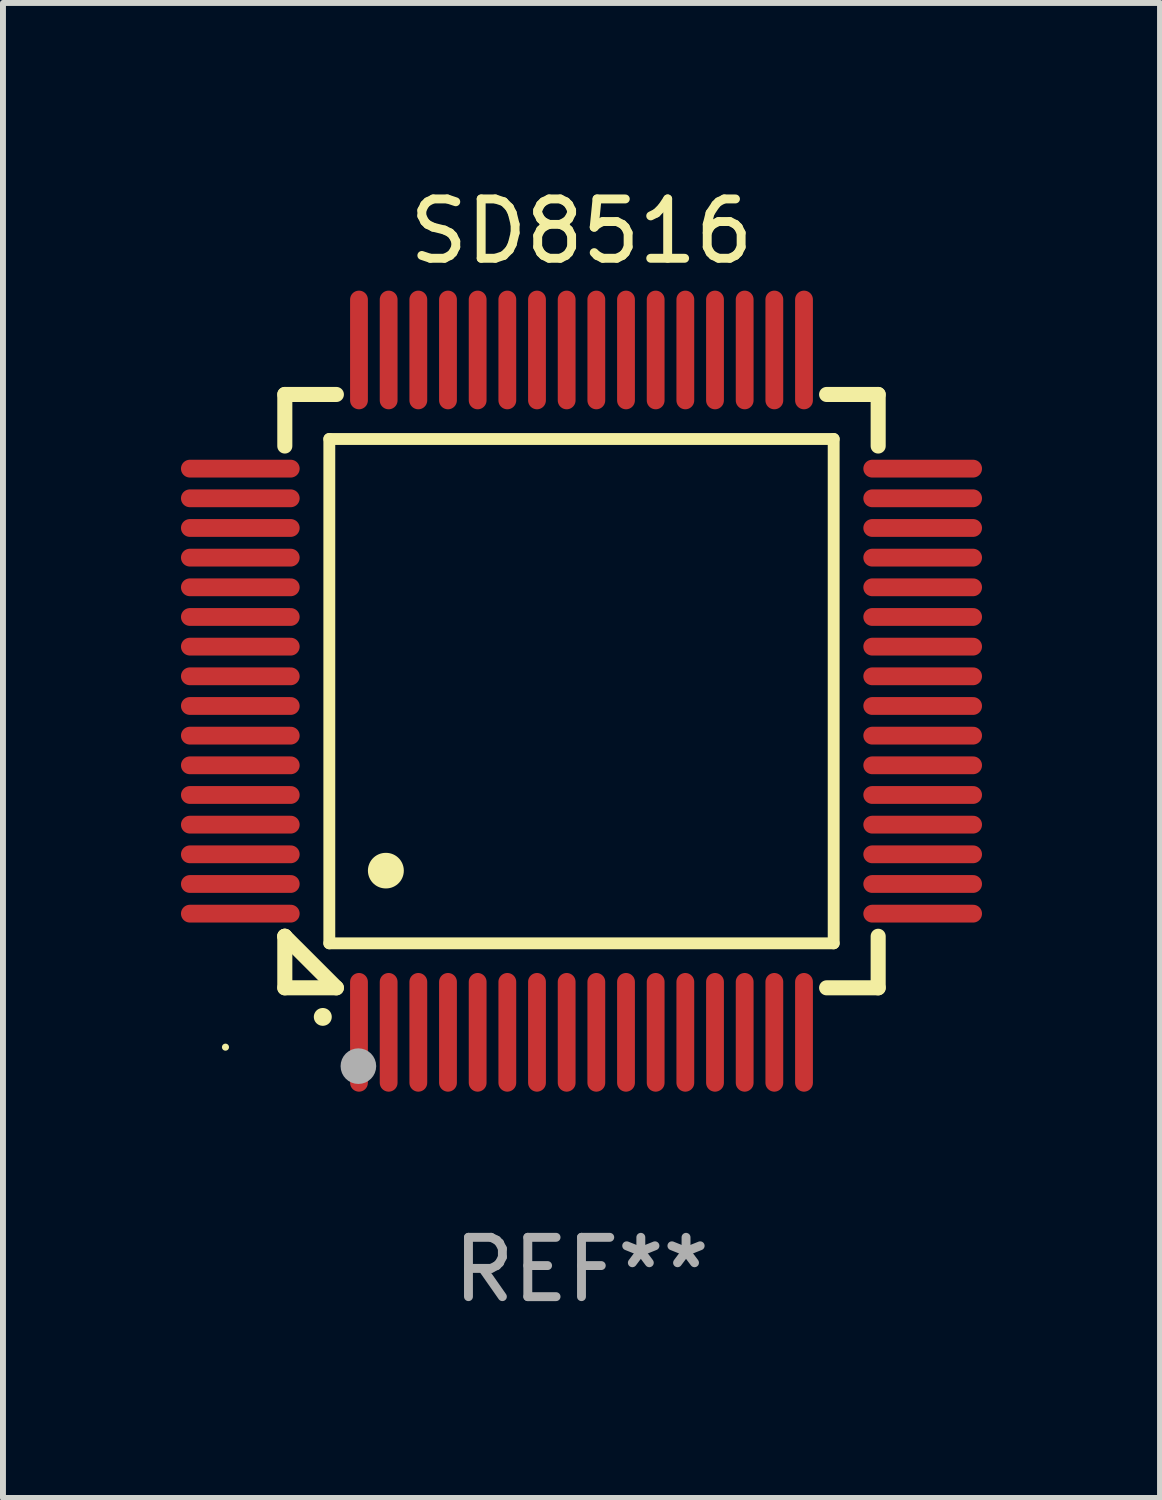
<source format=kicad_pcb>
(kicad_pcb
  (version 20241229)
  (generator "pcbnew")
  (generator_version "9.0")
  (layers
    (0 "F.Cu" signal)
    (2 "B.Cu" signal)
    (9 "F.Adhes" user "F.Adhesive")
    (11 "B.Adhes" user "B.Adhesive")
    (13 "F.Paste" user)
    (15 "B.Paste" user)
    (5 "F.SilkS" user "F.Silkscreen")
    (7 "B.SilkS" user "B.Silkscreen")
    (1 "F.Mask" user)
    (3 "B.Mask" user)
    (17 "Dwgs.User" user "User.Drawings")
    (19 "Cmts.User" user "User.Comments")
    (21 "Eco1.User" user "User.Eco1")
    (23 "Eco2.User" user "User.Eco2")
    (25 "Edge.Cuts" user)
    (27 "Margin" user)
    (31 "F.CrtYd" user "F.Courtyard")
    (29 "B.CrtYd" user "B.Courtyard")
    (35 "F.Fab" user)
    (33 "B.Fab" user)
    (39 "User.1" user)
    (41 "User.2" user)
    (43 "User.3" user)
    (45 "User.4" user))
  (footprint "SD8516"
    (layer "F.Cu")
    (at 6.75 8.598)
    (property "Reference" "SD8516" (at 0 -7.75 0) (layer "F.SilkS") (effects (font (size 1 1) (thickness 0.15))))
    (attr through_hole)
    (fp_line (start -5 -5) (end -4.131 -5) (stroke (width 0.254) (type solid)) (layer "F.SilkS"))
    (fp_line (start -5 -4.131) (end -5 -5) (stroke (width 0.254) (type solid)) (layer "F.SilkS"))
    (fp_line (start -5 4.131) (end -5 4.131) (stroke (width 0.254) (type solid)) (layer "F.SilkS"))
    (fp_line (start -5 5) (end -5 4.131) (stroke (width 0.254) (type solid)) (layer "F.SilkS"))
    (fp_line (start -5 4.131) (end -4.131 5) (stroke (width 0.254) (type solid)) (layer "F.SilkS"))
    (fp_line (start -4.25 -4.25) (end -4.25 4.25) (stroke (width 0.2) (type solid)) (layer "F.SilkS"))
    (fp_line (start -4.25 4.25) (end 4.25 4.25) (stroke (width 0.2) (type solid)) (layer "F.SilkS"))
    (fp_line (start -4.131 5) (end -5 5) (stroke (width 0.254) (type solid)) (layer "F.SilkS"))
    (fp_line (start 4.25 -4.25) (end -4.25 -4.25) (stroke (width 0.2) (type solid)) (layer "F.SilkS"))
    (fp_line (start 4.25 4.25) (end 4.25 -4.25) (stroke (width 0.2) (type solid)) (layer "F.SilkS"))
    (fp_line (start 5 -5) (end 4.131 -5) (stroke (width 0.254) (type solid)) (layer "F.SilkS"))
    (fp_line (start 5 -5) (end 5 -4.131) (stroke (width 0.254) (type solid)) (layer "F.SilkS"))
    (fp_line (start 5 4.131) (end 5 5) (stroke (width 0.254) (type solid)) (layer "F.SilkS"))
    (fp_line (start 5 5) (end 4.131 5) (stroke (width 0.254) (type solid)) (layer "F.SilkS"))
    (fp_arc (start -4.361265 5.489992) (mid -4.359995 5.489987) (end -4.358725 5.489992) (stroke (width 0.3) (type solid)) (layer "F.SilkS"))
    (fp_arc (start -3.299467 3.025146) (mid -3.296927 3.025135) (end -3.294387 3.025146) (stroke (width 0.6) (type solid)) (layer "F.SilkS"))
    (fp_circle (center -6 6) (end -5.97 6) (stroke (width 0.06) (type solid)) (fill no) (layer "F.SilkS"))
    (fp_circle (center -3.76 6.32) (end -3.61 6.32) (stroke (width 0.3) (type solid)) (fill no) (layer "F.Fab"))
    (fp_text user "REF**" (at 0 9.75 0) (layer "F.Fab") (effects (font (size 1 1) (thickness 0.15))))
    (pad "1" smd oval (at -3.75 5.75) (size 0.3 2) (layers "F.Cu" "F.Mask" "F.Paste"))
    (pad "2" smd oval (at -3.25 5.75) (size 0.3 2) (layers "F.Cu" "F.Mask" "F.Paste"))
    (pad "3" smd oval (at -2.75 5.75) (size 0.3 2) (layers "F.Cu" "F.Mask" "F.Paste"))
    (pad "4" smd oval (at -2.25 5.75) (size 0.3 2) (layers "F.Cu" "F.Mask" "F.Paste"))
    (pad "5" smd oval (at -1.75 5.75) (size 0.3 2) (layers "F.Cu" "F.Mask" "F.Paste"))
    (pad "6" smd oval (at -1.25 5.75) (size 0.3 2) (layers "F.Cu" "F.Mask" "F.Paste"))
    (pad "7" smd oval (at -0.75 5.75) (size 0.3 2) (layers "F.Cu" "F.Mask" "F.Paste"))
    (pad "8" smd oval (at -0.25 5.75) (size 0.3 2) (layers "F.Cu" "F.Mask" "F.Paste"))
    (pad "9" smd oval (at 0.25 5.75) (size 0.3 2) (layers "F.Cu" "F.Mask" "F.Paste"))
    (pad "10" smd oval (at 0.75 5.75) (size 0.3 2) (layers "F.Cu" "F.Mask" "F.Paste"))
    (pad "11" smd oval (at 1.25 5.75) (size 0.3 2) (layers "F.Cu" "F.Mask" "F.Paste"))
    (pad "12" smd oval (at 1.75 5.75) (size 0.3 2) (layers "F.Cu" "F.Mask" "F.Paste"))
    (pad "13" smd oval (at 2.25 5.75) (size 0.3 2) (layers "F.Cu" "F.Mask" "F.Paste"))
    (pad "14" smd oval (at 2.75 5.75) (size 0.3 2) (layers "F.Cu" "F.Mask" "F.Paste"))
    (pad "15" smd oval (at 3.25 5.75) (size 0.3 2) (layers "F.Cu" "F.Mask" "F.Paste"))
    (pad "16" smd oval (at 3.75 5.75) (size 0.3 2) (layers "F.Cu" "F.Mask" "F.Paste"))
    (pad "17" smd oval (at 5.75 3.75) (size 2 0.3) (layers "F.Cu" "F.Mask" "F.Paste"))
    (pad "18" smd oval (at 5.75 3.25) (size 2 0.3) (layers "F.Cu" "F.Mask" "F.Paste"))
    (pad "19" smd oval (at 5.75 2.75) (size 2 0.3) (layers "F.Cu" "F.Mask" "F.Paste"))
    (pad "20" smd oval (at 5.75 2.25) (size 2 0.3) (layers "F.Cu" "F.Mask" "F.Paste"))
    (pad "21" smd oval (at 5.75 1.75) (size 2 0.3) (layers "F.Cu" "F.Mask" "F.Paste"))
    (pad "22" smd oval (at 5.75 1.25) (size 2 0.3) (layers "F.Cu" "F.Mask" "F.Paste"))
    (pad "23" smd oval (at 5.75 0.75) (size 2 0.3) (layers "F.Cu" "F.Mask" "F.Paste"))
    (pad "24" smd oval (at 5.75 0.25) (size 2 0.3) (layers "F.Cu" "F.Mask" "F.Paste"))
    (pad "25" smd oval (at 5.75 -0.25) (size 2 0.3) (layers "F.Cu" "F.Mask" "F.Paste"))
    (pad "26" smd oval (at 5.75 -0.75) (size 2 0.3) (layers "F.Cu" "F.Mask" "F.Paste"))
    (pad "27" smd oval (at 5.75 -1.25) (size 2 0.3) (layers "F.Cu" "F.Mask" "F.Paste"))
    (pad "28" smd oval (at 5.75 -1.75) (size 2 0.3) (layers "F.Cu" "F.Mask" "F.Paste"))
    (pad "29" smd oval (at 5.75 -2.25) (size 2 0.3) (layers "F.Cu" "F.Mask" "F.Paste"))
    (pad "30" smd oval (at 5.75 -2.75) (size 2 0.3) (layers "F.Cu" "F.Mask" "F.Paste"))
    (pad "31" smd oval (at 5.75 -3.25) (size 2 0.3) (layers "F.Cu" "F.Mask" "F.Paste"))
    (pad "32" smd oval (at 5.75 -3.75) (size 2 0.3) (layers "F.Cu" "F.Mask" "F.Paste"))
    (pad "33" smd oval (at 3.75 -5.75) (size 0.3 2) (layers "F.Cu" "F.Mask" "F.Paste"))
    (pad "34" smd oval (at 3.25 -5.75) (size 0.3 2) (layers "F.Cu" "F.Mask" "F.Paste"))
    (pad "35" smd oval (at 2.75 -5.75) (size 0.3 2) (layers "F.Cu" "F.Mask" "F.Paste"))
    (pad "36" smd oval (at 2.25 -5.75) (size 0.3 2) (layers "F.Cu" "F.Mask" "F.Paste"))
    (pad "37" smd oval (at 1.75 -5.75) (size 0.3 2) (layers "F.Cu" "F.Mask" "F.Paste"))
    (pad "38" smd oval (at 1.25 -5.75) (size 0.3 2) (layers "F.Cu" "F.Mask" "F.Paste"))
    (pad "39" smd oval (at 0.75 -5.75) (size 0.3 2) (layers "F.Cu" "F.Mask" "F.Paste"))
    (pad "40" smd oval (at 0.25 -5.75) (size 0.3 2) (layers "F.Cu" "F.Mask" "F.Paste"))
    (pad "41" smd oval (at -0.25 -5.75) (size 0.3 2) (layers "F.Cu" "F.Mask" "F.Paste"))
    (pad "42" smd oval (at -0.75 -5.75) (size 0.3 2) (layers "F.Cu" "F.Mask" "F.Paste"))
    (pad "43" smd oval (at -1.25 -5.75) (size 0.3 2) (layers "F.Cu" "F.Mask" "F.Paste"))
    (pad "44" smd oval (at -1.75 -5.75) (size 0.3 2) (layers "F.Cu" "F.Mask" "F.Paste"))
    (pad "45" smd oval (at -2.25 -5.75) (size 0.3 2) (layers "F.Cu" "F.Mask" "F.Paste"))
    (pad "46" smd oval (at -2.75 -5.75) (size 0.3 2) (layers "F.Cu" "F.Mask" "F.Paste"))
    (pad "47" smd oval (at -3.25 -5.75) (size 0.3 2) (layers "F.Cu" "F.Mask" "F.Paste"))
    (pad "48" smd oval (at -3.75 -5.75) (size 0.3 2) (layers "F.Cu" "F.Mask" "F.Paste"))
    (pad "49" smd oval (at -5.75 -3.75) (size 2 0.3) (layers "F.Cu" "F.Mask" "F.Paste"))
    (pad "50" smd oval (at -5.75 -3.25) (size 2 0.3) (layers "F.Cu" "F.Mask" "F.Paste"))
    (pad "51" smd oval (at -5.75 -2.75) (size 2 0.3) (layers "F.Cu" "F.Mask" "F.Paste"))
    (pad "52" smd oval (at -5.75 -2.25) (size 2 0.3) (layers "F.Cu" "F.Mask" "F.Paste"))
    (pad "53" smd oval (at -5.75 -1.75) (size 2 0.3) (layers "F.Cu" "F.Mask" "F.Paste"))
    (pad "54" smd oval (at -5.75 -1.25) (size 2 0.3) (layers "F.Cu" "F.Mask" "F.Paste"))
    (pad "55" smd oval (at -5.75 -0.75) (size 2 0.3) (layers "F.Cu" "F.Mask" "F.Paste"))
    (pad "56" smd oval (at -5.75 -0.25) (size 2 0.3) (layers "F.Cu" "F.Mask" "F.Paste"))
    (pad "57" smd oval (at -5.75 0.25) (size 2 0.3) (layers "F.Cu" "F.Mask" "F.Paste"))
    (pad "58" smd oval (at -5.75 0.75) (size 2 0.3) (layers "F.Cu" "F.Mask" "F.Paste"))
    (pad "59" smd oval (at -5.75 1.25) (size 2 0.3) (layers "F.Cu" "F.Mask" "F.Paste"))
    (pad "60" smd oval (at -5.75 1.75) (size 2 0.3) (layers "F.Cu" "F.Mask" "F.Paste"))
    (pad "61" smd oval (at -5.75 2.25) (size 2 0.3) (layers "F.Cu" "F.Mask" "F.Paste"))
    (pad "62" smd oval (at -5.75 2.75) (size 2 0.3) (layers "F.Cu" "F.Mask" "F.Paste"))
    (pad "63" smd oval (at -5.75 3.25) (size 2 0.3) (layers "F.Cu" "F.Mask" "F.Paste"))
    (pad "64" smd oval (at -5.75 3.75) (size 2 0.3) (layers "F.Cu" "F.Mask" "F.Paste")))
  (gr_rect
    (start -3 -3)
    (end 16.5 22.196)
    (stroke (width 0.1) (type default))
    (fill no)
    (layer "Edge.Cuts")))
</source>
